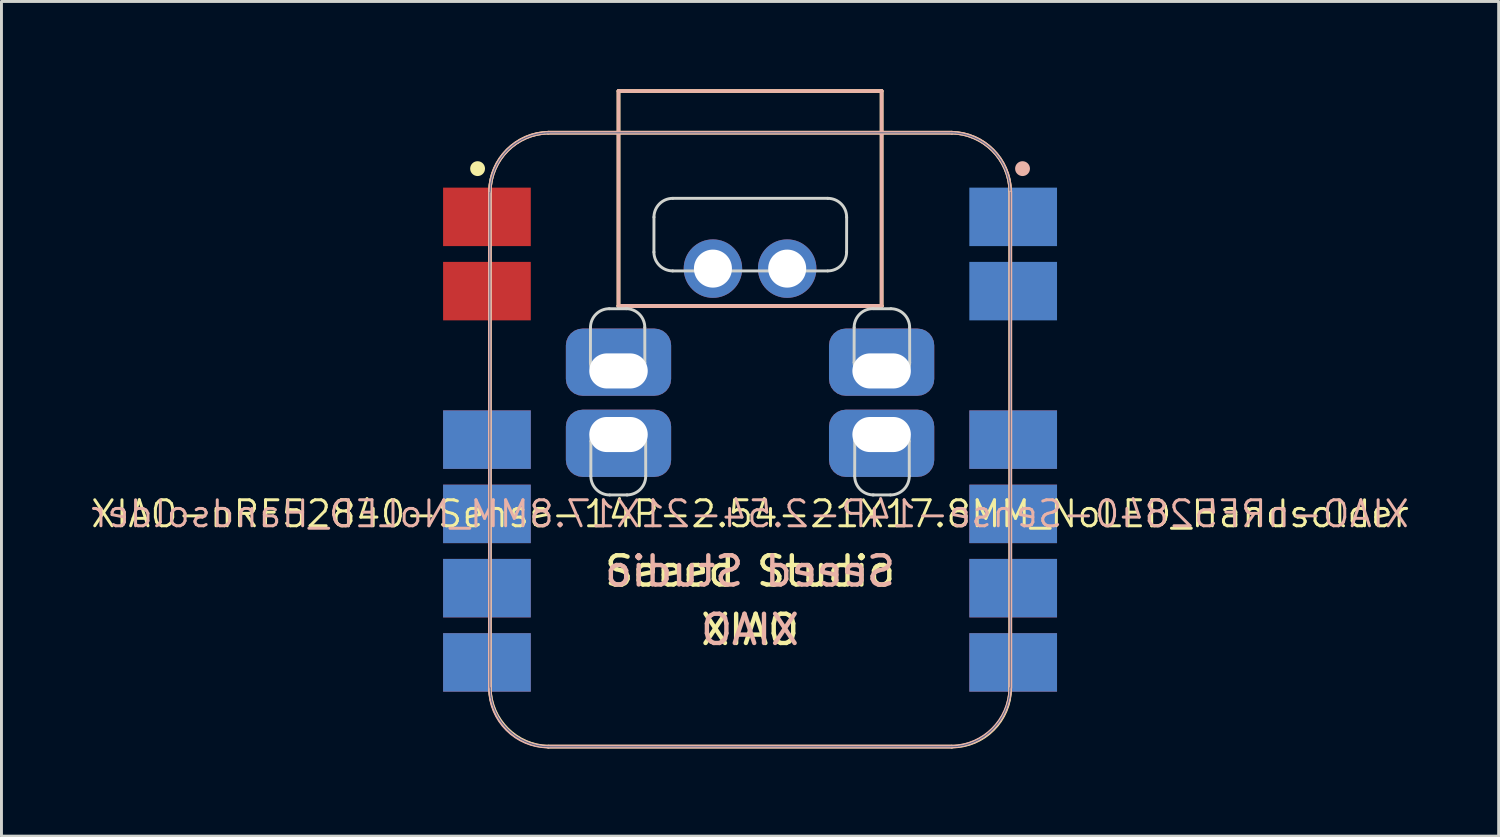
<source format=kicad_pcb>
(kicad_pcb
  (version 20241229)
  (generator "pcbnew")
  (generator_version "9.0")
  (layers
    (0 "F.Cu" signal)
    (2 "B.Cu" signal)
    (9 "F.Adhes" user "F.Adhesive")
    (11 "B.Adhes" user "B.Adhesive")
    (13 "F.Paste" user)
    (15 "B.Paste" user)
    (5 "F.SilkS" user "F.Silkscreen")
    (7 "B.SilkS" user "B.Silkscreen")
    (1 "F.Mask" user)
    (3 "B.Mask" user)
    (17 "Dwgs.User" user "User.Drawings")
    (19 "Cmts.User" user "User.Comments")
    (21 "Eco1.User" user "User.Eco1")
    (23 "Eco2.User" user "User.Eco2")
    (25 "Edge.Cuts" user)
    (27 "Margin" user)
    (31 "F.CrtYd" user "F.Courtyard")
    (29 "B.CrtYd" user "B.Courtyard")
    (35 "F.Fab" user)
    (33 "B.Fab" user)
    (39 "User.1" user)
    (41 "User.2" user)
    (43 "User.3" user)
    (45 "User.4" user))
  (footprint "XIAO-nRF52840-Sense-14P-2.54-21X17.8MM_NoLED_Handsolder"
    (layer "F.Cu")
    (at 22.606 11.988)
    (property "Reference" "XIAO-nRF52840-Sense-14P-2.54-21X17.8MM_NoLED_Handsolder" (at 0 2.54 0) (layer "F.SilkS") (effects (font (size 0.889 0.889) (thickness 0.102))))
    (attr smd)
    (fp_line (start -8.9 -8.5) (end -8.9 8.5) (stroke (width 0.127) (type solid)) (layer "F.SilkS"))
    (fp_line (start -6.9 10.5) (end 6.9 10.5) (stroke (width 0.127) (type solid)) (layer "F.SilkS"))
    (fp_line (start -4.5 -11.924) (end 4.5 -11.924) (stroke (width 0.127) (type solid)) (layer "F.SilkS"))
    (fp_line (start -4.5 -4.571) (end -4.5 -11.924) (stroke (width 0.127) (type solid)) (layer "F.SilkS"))
    (fp_line (start 4.5 -11.924) (end 4.5 -4.571) (stroke (width 0.127) (type solid)) (layer "F.SilkS"))
    (fp_line (start 4.5 -4.571) (end -4.5 -4.571) (stroke (width 0.127) (type solid)) (layer "F.SilkS"))
    (fp_line (start 4.5 -4.571) (end -4.5 -4.571) (stroke (width 0.127) (type solid)) (layer "F.SilkS"))
    (fp_line (start 6.9 -10.499) (end -6.9 -10.499) (stroke (width 0.127) (type solid)) (layer "F.SilkS"))
    (fp_line (start 8.9 8.5) (end 8.9 -8.5) (stroke (width 0.127) (type solid)) (layer "F.SilkS"))
    (fp_arc (start -8.9 -8.5) (mid -8.301491 -9.901491) (end -6.9 -10.5) (stroke (width 0.12) (type solid)) (layer "F.SilkS"))
    (fp_arc (start -6.9 10.5) (mid -8.301423 9.901423) (end -8.9 8.5) (stroke (width 0.12) (type solid)) (layer "F.SilkS"))
    (fp_arc (start 6.9 -10.5) (mid 8.301491 -9.901491) (end 8.9 -8.5) (stroke (width 0.12) (type solid)) (layer "F.SilkS"))
    (fp_arc (start 8.9 8.5) (mid 8.314214 9.914214) (end 6.9 10.5) (stroke (width 0.12) (type solid)) (layer "F.SilkS"))
    (fp_circle (center -9.32 -9.27) (end -9.32 -9.524) (stroke (width 0) (type solid)) (fill yes) (layer "F.SilkS"))
    (fp_poly (pts (xy -8.888 -8.562) (xy -8.885 -8.61) (xy -8.881 -8.659)) (stroke (width 0.025) (type solid)) (fill no) (layer "F.SilkS"))
    (fp_poly (pts (xy 8.889 8.522) (xy 8.888 8.571) (xy 8.885 8.62) (xy 8.881 8.669) (xy 8.875 8.717) (xy 8.869 8.766) (xy 8.861 8.815) (xy 8.852 8.863) (xy 8.842 8.911)) (stroke (width 0.025) (type solid)) (fill no) (layer "F.SilkS"))
    (fp_line (start -8.9 8.5) (end -8.9 -8.5) (stroke (width 0.127) (type solid)) (layer "B.SilkS"))
    (fp_line (start -6.9 -10.499) (end 6.9 -10.499) (stroke (width 0.127) (type solid)) (layer "B.SilkS"))
    (fp_line (start -4.5 -11.924) (end -4.5 -4.571) (stroke (width 0.127) (type solid)) (layer "B.SilkS"))
    (fp_line (start -4.5 -4.571) (end 4.5 -4.571) (stroke (width 0.127) (type solid)) (layer "B.SilkS"))
    (fp_line (start -4.5 -4.571) (end 4.5 -4.571) (stroke (width 0.127) (type solid)) (layer "B.SilkS"))
    (fp_line (start 4.5 -11.924) (end -4.5 -11.924) (stroke (width 0.127) (type solid)) (layer "B.SilkS"))
    (fp_line (start 4.5 -4.571) (end 4.5 -11.924) (stroke (width 0.127) (type solid)) (layer "B.SilkS"))
    (fp_line (start 6.9 10.5) (end -6.9 10.5) (stroke (width 0.127) (type solid)) (layer "B.SilkS"))
    (fp_line (start 8.9 -8.5) (end 8.9 8.5) (stroke (width 0.127) (type solid)) (layer "B.SilkS"))
    (fp_arc (start -8.9 -8.5) (mid -8.301492 -9.901492) (end -6.9 -10.5) (stroke (width 0.12) (type solid)) (layer "B.SilkS"))
    (fp_arc (start -6.9 10.5) (mid -8.314214 9.914214) (end -8.9 8.5) (stroke (width 0.12) (type solid)) (layer "B.SilkS"))
    (fp_arc (start 6.9 -10.5) (mid 8.301491 -9.901491) (end 8.9 -8.5) (stroke (width 0.12) (type solid)) (layer "B.SilkS"))
    (fp_arc (start 8.9 8.5) (mid 8.301423 9.901423) (end 6.9 10.5) (stroke (width 0.12) (type solid)) (layer "B.SilkS"))
    (fp_circle (center 9.32 -9.27) (end 9.32 -9.524) (stroke (width 0) (type solid)) (fill yes) (layer "B.SilkS"))
    (fp_poly (pts (xy 8.888 -8.562) (xy 8.885 -8.61) (xy 8.881 -8.659)) (stroke (width 0.025) (type solid)) (fill no) (layer "B.SilkS"))
    (fp_poly (pts (xy -8.889 8.522) (xy -8.888 8.571) (xy -8.885 8.62) (xy -8.881 8.669) (xy -8.875 8.717) (xy -8.869 8.766) (xy -8.861 8.815) (xy -8.852 8.863) (xy -8.842 8.911)) (stroke (width 0.025) (type solid)) (fill no) (layer "B.SilkS"))
    (fp_line (start -5.458 -3.835) (end -5.46 -2.64) (stroke (width 0.1) (type default)) (layer "Edge.Cuts"))
    (fp_line (start -5.445 0.054) (end -5.446 1.248) (stroke (width 0.1) (type default)) (layer "Edge.Cuts"))
    (fp_line (start -4.816 -1.996) (end -4.214 -1.996) (stroke (width 0.1) (type default)) (layer "Edge.Cuts"))
    (fp_line (start -4.815 -4.478) (end -4.213 -4.478) (stroke (width 0.1) (type default)) (layer "Edge.Cuts"))
    (fp_line (start -4.803 1.892) (end -4.2 1.892) (stroke (width 0.1) (type default)) (layer "Edge.Cuts"))
    (fp_line (start -4.801 -0.59) (end -4.199 -0.59) (stroke (width 0.1) (type default)) (layer "Edge.Cuts"))
    (fp_line (start -3.601 -3.837) (end -3.599 -2.643) (stroke (width 0.1) (type default)) (layer "Edge.Cuts"))
    (fp_line (start -3.571 0.053) (end -3.569 1.247) (stroke (width 0.1) (type default)) (layer "Edge.Cuts"))
    (fp_line (start -3.287 -7.61) (end -3.288 -6.415) (stroke (width 0.1) (type default)) (layer "Edge.Cuts"))
    (fp_line (start -2.652 -5.77) (end 2.652 -5.77) (stroke (width 0.1) (type default)) (layer "Edge.Cuts"))
    (fp_line (start -2.643 -8.254) (end 2.66 -8.254) (stroke (width 0.1) (type default)) (layer "Edge.Cuts"))
    (fp_line (start 3.302 -6.415) (end 3.304 -7.61) (stroke (width 0.1) (type default)) (layer "Edge.Cuts"))
    (fp_line (start 3.561 -3.837) (end 3.559 -2.643) (stroke (width 0.1) (type default)) (layer "Edge.Cuts"))
    (fp_line (start 3.581 0.053) (end 3.579 1.247) (stroke (width 0.1) (type default)) (layer "Edge.Cuts"))
    (fp_line (start 4.801 -0.59) (end 4.199 -0.59) (stroke (width 0.1) (type default)) (layer "Edge.Cuts"))
    (fp_line (start 4.803 1.892) (end 4.2 1.892) (stroke (width 0.1) (type default)) (layer "Edge.Cuts"))
    (fp_line (start 4.815 -4.478) (end 4.213 -4.478) (stroke (width 0.1) (type default)) (layer "Edge.Cuts"))
    (fp_line (start 4.816 -1.996) (end 4.214 -1.996) (stroke (width 0.1) (type default)) (layer "Edge.Cuts"))
    (fp_line (start 5.445 0.054) (end 5.446 1.248) (stroke (width 0.1) (type default)) (layer "Edge.Cuts"))
    (fp_line (start 5.458 -3.835) (end 5.46 -2.64) (stroke (width 0.1) (type default)) (layer "Edge.Cuts"))
    (fp_arc (start -5.458479 -3.834973) (mid -5.270001 -4.290001) (end -4.814973 -4.478479) (stroke (width 0.1) (type default)) (layer "Edge.Cuts"))
    (fp_arc (start -5.44462 0.053506) (mid -5.256142 -0.401522) (end -4.801114 -0.59) (stroke (width 0.1) (type default)) (layer "Edge.Cuts"))
    (fp_arc (start -4.816494 -1.996494) (mid -5.271522 -2.184972) (end -5.46 -2.64) (stroke (width 0.1) (type default)) (layer "Edge.Cuts"))
    (fp_arc (start -4.802635 1.891985) (mid -5.257663 1.703507) (end -5.446141 1.248479) (stroke (width 0.1) (type default)) (layer "Edge.Cuts"))
    (fp_arc (start -4.244267 -4.480992) (mid -3.789239 -4.292514) (end -3.600761 -3.837486) (stroke (width 0.1) (type default)) (layer "Edge.Cuts"))
    (fp_arc (start -4.214267 -0.590992) (mid -3.759239 -0.402514) (end -3.570761 0.052514) (stroke (width 0.1) (type default)) (layer "Edge.Cuts"))
    (fp_arc (start -3.59924 -2.642513) (mid -3.787718 -2.187485) (end -4.242746 -1.999007) (stroke (width 0.1) (type default)) (layer "Edge.Cuts"))
    (fp_arc (start -3.56924 1.247487) (mid -3.757718 1.702515) (end -4.212746 1.890993) (stroke (width 0.1) (type default)) (layer "Edge.Cuts"))
    (fp_arc (start -3.286957 -7.610001) (mid -3.098479 -8.065029) (end -2.643451 -8.253507) (stroke (width 0.1) (type default)) (layer "Edge.Cuts"))
    (fp_arc (start -2.644972 -5.771522) (mid -3.1 -5.96) (end -3.288478 -6.415028) (stroke (width 0.1) (type default)) (layer "Edge.Cuts"))
    (fp_arc (start 2.659999 -8.253507) (mid 3.115027 -8.065029) (end 3.303505 -7.610001) (stroke (width 0.1) (type default)) (layer "Edge.Cuts"))
    (fp_arc (start 3.301984 -6.415028) (mid 3.113504 -5.960002) (end 2.658478 -5.771522) (stroke (width 0.1) (type default)) (layer "Edge.Cuts"))
    (fp_arc (start 3.560761 -3.837486) (mid 3.749239 -4.292514) (end 4.204267 -4.480992) (stroke (width 0.1) (type default)) (layer "Edge.Cuts"))
    (fp_arc (start 3.58076 0.052513) (mid 3.769238 -0.402515) (end 4.224266 -0.590993) (stroke (width 0.1) (type default)) (layer "Edge.Cuts"))
    (fp_arc (start 4.202746 -1.999007) (mid 3.747718 -2.187485) (end 3.55924 -2.642513) (stroke (width 0.1) (type default)) (layer "Edge.Cuts"))
    (fp_arc (start 4.222745 1.890992) (mid 3.767717 1.702514) (end 3.579239 1.247486) (stroke (width 0.1) (type default)) (layer "Edge.Cuts"))
    (fp_arc (start 4.801114 -0.59) (mid 5.256142 -0.401522) (end 5.44462 0.053506) (stroke (width 0.1) (type default)) (layer "Edge.Cuts"))
    (fp_arc (start 4.814973 -4.478479) (mid 5.270001 -4.290001) (end 5.458479 -3.834973) (stroke (width 0.1) (type default)) (layer "Edge.Cuts"))
    (fp_arc (start 5.446141 1.248479) (mid 5.257663 1.703507) (end 4.802635 1.891985) (stroke (width 0.1) (type default)) (layer "Edge.Cuts"))
    (fp_arc (start 5.46 -2.64) (mid 5.271522 -2.184972) (end 4.816494 -1.996494) (stroke (width 0.1) (type default)) (layer "Edge.Cuts"))
    (fp_line (start -8.9 8.473) (end -8.9 -8.463) (stroke (width 0.025) (type solid)) (layer "B.Fab"))
    (fp_line (start -8.89 -8.463) (end -8.889 -8.512) (stroke (width 0.025) (type solid)) (layer "B.Fab"))
    (fp_line (start -8.889 -8.512) (end -8.888 -8.562) (stroke (width 0.025) (type solid)) (layer "B.Fab"))
    (fp_line (start -8.889 8.522) (end -8.89 8.473) (stroke (width 0.025) (type solid)) (layer "B.Fab"))
    (fp_line (start -8.888 -8.562) (end -8.885 -8.61) (stroke (width 0.025) (type solid)) (layer "B.Fab"))
    (fp_line (start -8.888 8.571) (end -8.889 8.522) (stroke (width 0.025) (type solid)) (layer "B.Fab"))
    (fp_line (start -8.885 -8.61) (end -8.881 -8.659) (stroke (width 0.025) (type solid)) (layer "B.Fab"))
    (fp_line (start -8.885 8.62) (end -8.888 8.571) (stroke (width 0.025) (type solid)) (layer "B.Fab"))
    (fp_line (start -8.881 -8.659) (end -8.875 -8.708) (stroke (width 0.025) (type solid)) (layer "B.Fab"))
    (fp_line (start -8.881 8.669) (end -8.885 8.62) (stroke (width 0.025) (type solid)) (layer "B.Fab"))
    (fp_line (start -8.875 -8.708) (end -8.869 -8.757) (stroke (width 0.025) (type solid)) (layer "B.Fab"))
    (fp_line (start -8.875 8.717) (end -8.881 8.669) (stroke (width 0.025) (type solid)) (layer "B.Fab"))
    (fp_line (start -8.869 -8.757) (end -8.861 -8.806) (stroke (width 0.025) (type solid)) (layer "B.Fab"))
    (fp_line (start -8.869 8.766) (end -8.875 8.717) (stroke (width 0.025) (type solid)) (layer "B.Fab"))
    (fp_line (start -8.861 -8.806) (end -8.852 -8.854) (stroke (width 0.025) (type solid)) (layer "B.Fab"))
    (fp_line (start -8.861 8.815) (end -8.869 8.766) (stroke (width 0.025) (type solid)) (layer "B.Fab"))
    (fp_line (start -8.852 -8.854) (end -8.842 -8.902) (stroke (width 0.025) (type solid)) (layer "B.Fab"))
    (fp_line (start -8.852 8.863) (end -8.861 8.815) (stroke (width 0.025) (type solid)) (layer "B.Fab"))
    (fp_line (start -8.842 -8.902) (end -8.831 -8.95) (stroke (width 0.025) (type solid)) (layer "B.Fab"))
    (fp_line (start -8.842 8.911) (end -8.852 8.863) (stroke (width 0.025) (type solid)) (layer "B.Fab"))
    (fp_line (start -8.831 -8.95) (end -8.819 -8.997) (stroke (width 0.025) (type solid)) (layer "B.Fab"))
    (fp_line (start -8.831 8.959) (end -8.842 8.911) (stroke (width 0.025) (type solid)) (layer "B.Fab"))
    (fp_line (start -8.819 -8.997) (end -8.805 -9.045) (stroke (width 0.025) (type solid)) (layer "B.Fab"))
    (fp_line (start -8.819 9.006) (end -8.831 8.959) (stroke (width 0.025) (type solid)) (layer "B.Fab"))
    (fp_line (start -8.805 -9.045) (end -8.79 -9.091) (stroke (width 0.025) (type solid)) (layer "B.Fab"))
    (fp_line (start -8.805 9.054) (end -8.819 9.006) (stroke (width 0.025) (type solid)) (layer "B.Fab"))
    (fp_line (start -8.79 -9.091) (end -8.775 -9.138) (stroke (width 0.025) (type solid)) (layer "B.Fab"))
    (fp_line (start -8.79 9.1) (end -8.805 9.054) (stroke (width 0.025) (type solid)) (layer "B.Fab"))
    (fp_line (start -8.775 -9.138) (end -8.758 -9.184) (stroke (width 0.025) (type solid)) (layer "B.Fab"))
    (fp_line (start -8.775 9.147) (end -8.79 9.1) (stroke (width 0.025) (type solid)) (layer "B.Fab"))
    (fp_line (start -8.758 -9.184) (end -8.74 -9.23) (stroke (width 0.025) (type solid)) (layer "B.Fab"))
    (fp_line (start -8.758 9.193) (end -8.775 9.147) (stroke (width 0.025) (type solid)) (layer "B.Fab"))
    (fp_line (start -8.74 -9.23) (end -8.721 -9.275) (stroke (width 0.025) (type solid)) (layer "B.Fab"))
    (fp_line (start -8.74 9.239) (end -8.758 9.193) (stroke (width 0.025) (type solid)) (layer "B.Fab"))
    (fp_line (start -8.721 -9.275) (end -8.701 -9.32) (stroke (width 0.025) (type solid)) (layer "B.Fab"))
    (fp_line (start -8.721 9.284) (end -8.74 9.239) (stroke (width 0.025) (type solid)) (layer "B.Fab"))
    (fp_line (start -8.701 -9.32) (end -8.679 -9.364) (stroke (width 0.025) (type solid)) (layer "B.Fab"))
    (fp_line (start -8.701 9.329) (end -8.721 9.284) (stroke (width 0.025) (type solid)) (layer "B.Fab"))
    (fp_line (start -8.679 -9.364) (end -8.657 -9.408) (stroke (width 0.025) (type solid)) (layer "B.Fab"))
    (fp_line (start -8.679 9.373) (end -8.701 9.329) (stroke (width 0.025) (type solid)) (layer "B.Fab"))
    (fp_line (start -8.657 -9.408) (end -8.634 -9.451) (stroke (width 0.025) (type solid)) (layer "B.Fab"))
    (fp_line (start -8.657 9.417) (end -8.679 9.373) (stroke (width 0.025) (type solid)) (layer "B.Fab"))
    (fp_line (start -8.634 -9.451) (end -8.61 -9.494) (stroke (width 0.025) (type solid)) (layer "B.Fab"))
    (fp_line (start -8.634 9.46) (end -8.657 9.417) (stroke (width 0.025) (type solid)) (layer "B.Fab"))
    (fp_line (start -8.61 -9.494) (end -8.584 -9.536) (stroke (width 0.025) (type solid)) (layer "B.Fab"))
    (fp_line (start -8.61 9.503) (end -8.634 9.46) (stroke (width 0.025) (type solid)) (layer "B.Fab"))
    (fp_line (start -8.584 -9.536) (end -8.558 -9.577) (stroke (width 0.025) (type solid)) (layer "B.Fab"))
    (fp_line (start -8.584 9.545) (end -8.61 9.503) (stroke (width 0.025) (type solid)) (layer "B.Fab"))
    (fp_line (start -8.558 -9.577) (end -8.53 -9.618) (stroke (width 0.025) (type solid)) (layer "B.Fab"))
    (fp_line (start -8.558 9.586) (end -8.584 9.545) (stroke (width 0.025) (type solid)) (layer "B.Fab"))
    (fp_line (start -8.53 -9.618) (end -8.502 -9.658) (stroke (width 0.025) (type solid)) (layer "B.Fab"))
    (fp_line (start -8.53 9.627) (end -8.558 9.586) (stroke (width 0.025) (type solid)) (layer "B.Fab"))
    (fp_line (start -8.502 -9.658) (end -8.473 -9.697) (stroke (width 0.025) (type solid)) (layer "B.Fab"))
    (fp_line (start -8.502 9.667) (end -8.53 9.627) (stroke (width 0.025) (type solid)) (layer "B.Fab"))
    (fp_line (start -8.473 -9.697) (end -8.442 -9.736) (stroke (width 0.025) (type solid)) (layer "B.Fab"))
    (fp_line (start -8.473 9.706) (end -8.502 9.667) (stroke (width 0.025) (type solid)) (layer "B.Fab"))
    (fp_line (start -8.442 -9.736) (end -8.411 -9.774) (stroke (width 0.025) (type solid)) (layer "B.Fab"))
    (fp_line (start -8.442 9.745) (end -8.473 9.706) (stroke (width 0.025) (type solid)) (layer "B.Fab"))
    (fp_line (start -8.411 -9.774) (end -8.379 -9.811) (stroke (width 0.025) (type solid)) (layer "B.Fab"))
    (fp_line (start -8.411 9.783) (end -8.442 9.745) (stroke (width 0.025) (type solid)) (layer "B.Fab"))
    (fp_line (start -8.379 -9.811) (end -8.346 -9.847) (stroke (width 0.025) (type solid)) (layer "B.Fab"))
    (fp_line (start -8.379 9.82) (end -8.411 9.783) (stroke (width 0.025) (type solid)) (layer "B.Fab"))
    (fp_line (start -8.346 -9.847) (end -8.312 -9.883) (stroke (width 0.025) (type solid)) (layer "B.Fab"))
    (fp_line (start -8.346 9.856) (end -8.379 9.82) (stroke (width 0.025) (type solid)) (layer "B.Fab"))
    (fp_line (start -8.312 -9.883) (end -8.277 -9.918) (stroke (width 0.025) (type solid)) (layer "B.Fab"))
    (fp_line (start -8.312 9.892) (end -8.346 9.856) (stroke (width 0.025) (type solid)) (layer "B.Fab"))
    (fp_line (start -8.277 -9.918) (end -8.242 -9.951) (stroke (width 0.025) (type solid)) (layer "B.Fab"))
    (fp_line (start -8.277 9.927) (end -8.312 9.892) (stroke (width 0.025) (type solid)) (layer "B.Fab"))
    (fp_line (start -8.242 -9.951) (end -8.205 -9.984) (stroke (width 0.025) (type solid)) (layer "B.Fab"))
    (fp_line (start -8.242 9.96) (end -8.277 9.927) (stroke (width 0.025) (type solid)) (layer "B.Fab"))
    (fp_line (start -8.205 -9.984) (end -8.168 -10.017) (stroke (width 0.025) (type solid)) (layer "B.Fab"))
    (fp_line (start -8.205 9.994) (end -8.242 9.96) (stroke (width 0.025) (type solid)) (layer "B.Fab"))
    (fp_line (start -8.168 -10.017) (end -8.13 -10.048) (stroke (width 0.025) (type solid)) (layer "B.Fab"))
    (fp_line (start -8.168 10.026) (end -8.205 9.994) (stroke (width 0.025) (type solid)) (layer "B.Fab"))
    (fp_line (start -8.13 -10.048) (end -8.092 -10.078) (stroke (width 0.025) (type solid)) (layer "B.Fab"))
    (fp_line (start -8.13 10.057) (end -8.168 10.026) (stroke (width 0.025) (type solid)) (layer "B.Fab"))
    (fp_line (start -8.092 -10.078) (end -8.052 -10.107) (stroke (width 0.025) (type solid)) (layer "B.Fab"))
    (fp_line (start -8.092 10.087) (end -8.13 10.057) (stroke (width 0.025) (type solid)) (layer "B.Fab"))
    (fp_line (start -8.052 -10.107) (end -8.012 -10.136) (stroke (width 0.025) (type solid)) (layer "B.Fab"))
    (fp_line (start -8.052 10.116) (end -8.092 10.087) (stroke (width 0.025) (type solid)) (layer "B.Fab"))
    (fp_line (start -8.012 -10.136) (end -7.972 -10.163) (stroke (width 0.025) (type solid)) (layer "B.Fab"))
    (fp_line (start -8.012 10.145) (end -8.052 10.116) (stroke (width 0.025) (type solid)) (layer "B.Fab"))
    (fp_line (start -7.972 -10.163) (end -7.93 -10.19) (stroke (width 0.025) (type solid)) (layer "B.Fab"))
    (fp_line (start -7.972 10.172) (end -8.012 10.145) (stroke (width 0.025) (type solid)) (layer "B.Fab"))
    (fp_line (start -7.93 -10.19) (end -7.888 -10.215) (stroke (width 0.025) (type solid)) (layer "B.Fab"))
    (fp_line (start -7.93 10.199) (end -7.972 10.172) (stroke (width 0.025) (type solid)) (layer "B.Fab"))
    (fp_line (start -7.888 -10.215) (end -7.846 -10.239) (stroke (width 0.025) (type solid)) (layer "B.Fab"))
    (fp_line (start -7.888 10.224) (end -7.93 10.199) (stroke (width 0.025) (type solid)) (layer "B.Fab"))
    (fp_line (start -7.846 -10.239) (end -7.802 -10.263) (stroke (width 0.025) (type solid)) (layer "B.Fab"))
    (fp_line (start -7.846 10.249) (end -7.888 10.224) (stroke (width 0.025) (type solid)) (layer "B.Fab"))
    (fp_line (start -7.802 -10.263) (end -7.759 -10.285) (stroke (width 0.025) (type solid)) (layer "B.Fab"))
    (fp_line (start -7.802 10.272) (end -7.846 10.249) (stroke (width 0.025) (type solid)) (layer "B.Fab"))
    (fp_line (start -7.759 -10.285) (end -7.714 -10.306) (stroke (width 0.025) (type solid)) (layer "B.Fab"))
    (fp_line (start -7.759 10.294) (end -7.802 10.272) (stroke (width 0.025) (type solid)) (layer "B.Fab"))
    (fp_line (start -7.714 -10.306) (end -7.67 -10.326) (stroke (width 0.025) (type solid)) (layer "B.Fab"))
    (fp_line (start -7.714 10.315) (end -7.759 10.294) (stroke (width 0.025) (type solid)) (layer "B.Fab"))
    (fp_line (start -7.67 -10.326) (end -7.624 -10.345) (stroke (width 0.025) (type solid)) (layer "B.Fab"))
    (fp_line (start -7.67 10.335) (end -7.714 10.315) (stroke (width 0.025) (type solid)) (layer "B.Fab"))
    (fp_line (start -7.624 -10.345) (end -7.579 -10.363) (stroke (width 0.025) (type solid)) (layer "B.Fab"))
    (fp_line (start -7.624 10.354) (end -7.67 10.335) (stroke (width 0.025) (type solid)) (layer "B.Fab"))
    (fp_line (start -7.579 -10.363) (end -7.532 -10.38) (stroke (width 0.025) (type solid)) (layer "B.Fab"))
    (fp_line (start -7.579 10.372) (end -7.624 10.354) (stroke (width 0.025) (type solid)) (layer "B.Fab"))
    (fp_line (start -7.532 -10.38) (end -7.486 -10.396) (stroke (width 0.025) (type solid)) (layer "B.Fab"))
    (fp_line (start -7.532 10.389) (end -7.579 10.372) (stroke (width 0.025) (type solid)) (layer "B.Fab"))
    (fp_line (start -7.486 -10.396) (end -7.439 -10.411) (stroke (width 0.025) (type solid)) (layer "B.Fab"))
    (fp_line (start -7.486 10.405) (end -7.532 10.389) (stroke (width 0.025) (type solid)) (layer "B.Fab"))
    (fp_line (start -7.439 -10.411) (end -7.392 -10.424) (stroke (width 0.025) (type solid)) (layer "B.Fab"))
    (fp_line (start -7.439 10.42) (end -7.486 10.405) (stroke (width 0.025) (type solid)) (layer "B.Fab"))
    (fp_line (start -7.392 -10.424) (end -7.344 -10.436) (stroke (width 0.025) (type solid)) (layer "B.Fab"))
    (fp_line (start -7.392 10.433) (end -7.439 10.42) (stroke (width 0.025) (type solid)) (layer "B.Fab"))
    (fp_line (start -7.344 -10.436) (end -7.296 -10.448) (stroke (width 0.025) (type solid)) (layer "B.Fab"))
    (fp_line (start -7.344 10.446) (end -7.392 10.433) (stroke (width 0.025) (type solid)) (layer "B.Fab"))
    (fp_line (start -7.296 -10.448) (end -7.248 -10.458) (stroke (width 0.025) (type solid)) (layer "B.Fab"))
    (fp_line (start -7.296 10.457) (end -7.344 10.446) (stroke (width 0.025) (type solid)) (layer "B.Fab"))
    (fp_line (start -7.248 -10.458) (end -7.2 -10.466) (stroke (width 0.025) (type solid)) (layer "B.Fab"))
    (fp_line (start -7.248 10.467) (end -7.296 10.457) (stroke (width 0.025) (type solid)) (layer "B.Fab"))
    (fp_line (start -7.2 -10.466) (end -7.152 -10.474) (stroke (width 0.025) (type solid)) (layer "B.Fab"))
    (fp_line (start -7.2 10.476) (end -7.248 10.467) (stroke (width 0.025) (type solid)) (layer "B.Fab"))
    (fp_line (start -7.152 -10.474) (end -7.103 -10.481) (stroke (width 0.025) (type solid)) (layer "B.Fab"))
    (fp_line (start -7.152 10.483) (end -7.2 10.476) (stroke (width 0.025) (type solid)) (layer "B.Fab"))
    (fp_line (start -7.103 -10.481) (end -7.054 -10.486) (stroke (width 0.025) (type solid)) (layer "B.Fab"))
    (fp_line (start -7.103 10.49) (end -7.152 10.483) (stroke (width 0.025) (type solid)) (layer "B.Fab"))
    (fp_line (start -7.054 -10.486) (end -7.005 -10.49) (stroke (width 0.025) (type solid)) (layer "B.Fab"))
    (fp_line (start -7.054 10.495) (end -7.103 10.49) (stroke (width 0.025) (type solid)) (layer "B.Fab"))
    (fp_line (start -7.005 -10.49) (end -6.956 -10.493) (stroke (width 0.025) (type solid)) (layer "B.Fab"))
    (fp_line (start -7.005 10.499) (end -7.054 10.495) (stroke (width 0.025) (type solid)) (layer "B.Fab"))
    (fp_line (start -6.956 -10.493) (end -6.907 -10.495) (stroke (width 0.025) (type solid)) (layer "B.Fab"))
    (fp_line (start -6.956 10.502) (end -7.005 10.499) (stroke (width 0.025) (type solid)) (layer "B.Fab"))
    (fp_line (start -6.907 -10.495) (end -6.858 -10.495) (stroke (width 0.025) (type solid)) (layer "B.Fab"))
    (fp_line (start -6.907 10.504) (end -6.956 10.502) (stroke (width 0.025) (type solid)) (layer "B.Fab"))
    (fp_line (start -6.858 -10.495) (end 6.858 -10.495) (stroke (width 0.025) (type solid)) (layer "B.Fab"))
    (fp_line (start -6.858 10.505) (end -6.907 10.504) (stroke (width 0.025) (type solid)) (layer "B.Fab"))
    (fp_line (start 6.858 -10.495) (end 6.907 -10.495) (stroke (width 0.025) (type solid)) (layer "B.Fab"))
    (fp_line (start 6.858 10.505) (end -6.858 10.505) (stroke (width 0.025) (type solid)) (layer "B.Fab"))
    (fp_line (start 6.907 -10.495) (end 6.956 -10.493) (stroke (width 0.025) (type solid)) (layer "B.Fab"))
    (fp_line (start 6.907 10.504) (end 6.858 10.505) (stroke (width 0.025) (type solid)) (layer "B.Fab"))
    (fp_line (start 6.956 -10.493) (end 7.005 -10.49) (stroke (width 0.025) (type solid)) (layer "B.Fab"))
    (fp_line (start 6.956 10.502) (end 6.907 10.504) (stroke (width 0.025) (type solid)) (layer "B.Fab"))
    (fp_line (start 7.005 -10.49) (end 7.054 -10.486) (stroke (width 0.025) (type solid)) (layer "B.Fab"))
    (fp_line (start 7.005 10.499) (end 6.956 10.502) (stroke (width 0.025) (type solid)) (layer "B.Fab"))
    (fp_line (start 7.054 -10.486) (end 7.103 -10.481) (stroke (width 0.025) (type solid)) (layer "B.Fab"))
    (fp_line (start 7.054 10.495) (end 7.005 10.499) (stroke (width 0.025) (type solid)) (layer "B.Fab"))
    (fp_line (start 7.103 -10.481) (end 7.152 -10.474) (stroke (width 0.025) (type solid)) (layer "B.Fab"))
    (fp_line (start 7.103 10.49) (end 7.054 10.495) (stroke (width 0.025) (type solid)) (layer "B.Fab"))
    (fp_line (start 7.152 -10.474) (end 7.2 -10.466) (stroke (width 0.025) (type solid)) (layer "B.Fab"))
    (fp_line (start 7.152 10.483) (end 7.103 10.49) (stroke (width 0.025) (type solid)) (layer "B.Fab"))
    (fp_line (start 7.2 -10.466) (end 7.248 -10.458) (stroke (width 0.025) (type solid)) (layer "B.Fab"))
    (fp_line (start 7.2 10.476) (end 7.152 10.483) (stroke (width 0.025) (type solid)) (layer "B.Fab"))
    (fp_line (start 7.248 -10.458) (end 7.296 -10.448) (stroke (width 0.025) (type solid)) (layer "B.Fab"))
    (fp_line (start 7.248 10.467) (end 7.2 10.476) (stroke (width 0.025) (type solid)) (layer "B.Fab"))
    (fp_line (start 7.296 -10.448) (end 7.344 -10.436) (stroke (width 0.025) (type solid)) (layer "B.Fab"))
    (fp_line (start 7.296 10.457) (end 7.248 10.467) (stroke (width 0.025) (type solid)) (layer "B.Fab"))
    (fp_line (start 7.344 -10.436) (end 7.392 -10.424) (stroke (width 0.025) (type solid)) (layer "B.Fab"))
    (fp_line (start 7.344 10.446) (end 7.296 10.457) (stroke (width 0.025) (type solid)) (layer "B.Fab"))
    (fp_line (start 7.392 -10.424) (end 7.439 -10.411) (stroke (width 0.025) (type solid)) (layer "B.Fab"))
    (fp_line (start 7.392 10.433) (end 7.344 10.446) (stroke (width 0.025) (type solid)) (layer "B.Fab"))
    (fp_line (start 7.439 -10.411) (end 7.486 -10.396) (stroke (width 0.025) (type solid)) (layer "B.Fab"))
    (fp_line (start 7.439 10.42) (end 7.392 10.433) (stroke (width 0.025) (type solid)) (layer "B.Fab"))
    (fp_line (start 7.486 -10.396) (end 7.532 -10.38) (stroke (width 0.025) (type solid)) (layer "B.Fab"))
    (fp_line (start 7.486 10.405) (end 7.439 10.42) (stroke (width 0.025) (type solid)) (layer "B.Fab"))
    (fp_line (start 7.532 -10.38) (end 7.579 -10.363) (stroke (width 0.025) (type solid)) (layer "B.Fab"))
    (fp_line (start 7.532 10.389) (end 7.486 10.405) (stroke (width 0.025) (type solid)) (layer "B.Fab"))
    (fp_line (start 7.579 -10.363) (end 7.624 -10.345) (stroke (width 0.025) (type solid)) (layer "B.Fab"))
    (fp_line (start 7.579 10.372) (end 7.532 10.389) (stroke (width 0.025) (type solid)) (layer "B.Fab"))
    (fp_line (start 7.624 -10.345) (end 7.67 -10.326) (stroke (width 0.025) (type solid)) (layer "B.Fab"))
    (fp_line (start 7.624 10.354) (end 7.579 10.372) (stroke (width 0.025) (type solid)) (layer "B.Fab"))
    (fp_line (start 7.67 -10.326) (end 7.714 -10.306) (stroke (width 0.025) (type solid)) (layer "B.Fab"))
    (fp_line (start 7.67 10.335) (end 7.624 10.354) (stroke (width 0.025) (type solid)) (layer "B.Fab"))
    (fp_line (start 7.714 -10.306) (end 7.759 -10.285) (stroke (width 0.025) (type solid)) (layer "B.Fab"))
    (fp_line (start 7.714 10.315) (end 7.67 10.335) (stroke (width 0.025) (type solid)) (layer "B.Fab"))
    (fp_line (start 7.759 -10.285) (end 7.802 -10.263) (stroke (width 0.025) (type solid)) (layer "B.Fab"))
    (fp_line (start 7.759 10.294) (end 7.714 10.315) (stroke (width 0.025) (type solid)) (layer "B.Fab"))
    (fp_line (start 7.802 -10.263) (end 7.846 -10.239) (stroke (width 0.025) (type solid)) (layer "B.Fab"))
    (fp_line (start 7.802 10.272) (end 7.759 10.294) (stroke (width 0.025) (type solid)) (layer "B.Fab"))
    (fp_line (start 7.846 -10.239) (end 7.888 -10.215) (stroke (width 0.025) (type solid)) (layer "B.Fab"))
    (fp_line (start 7.846 10.249) (end 7.802 10.272) (stroke (width 0.025) (type solid)) (layer "B.Fab"))
    (fp_line (start 7.888 -10.215) (end 7.93 -10.19) (stroke (width 0.025) (type solid)) (layer "B.Fab"))
    (fp_line (start 7.888 10.224) (end 7.846 10.249) (stroke (width 0.025) (type solid)) (layer "B.Fab"))
    (fp_line (start 7.93 -10.19) (end 7.972 -10.163) (stroke (width 0.025) (type solid)) (layer "B.Fab"))
    (fp_line (start 7.93 10.199) (end 7.888 10.224) (stroke (width 0.025) (type solid)) (layer "B.Fab"))
    (fp_line (start 7.972 -10.163) (end 8.012 -10.136) (stroke (width 0.025) (type solid)) (layer "B.Fab"))
    (fp_line (start 7.972 10.172) (end 7.93 10.199) (stroke (width 0.025) (type solid)) (layer "B.Fab"))
    (fp_line (start 8.012 -10.136) (end 8.052 -10.107) (stroke (width 0.025) (type solid)) (layer "B.Fab"))
    (fp_line (start 8.012 10.145) (end 7.972 10.172) (stroke (width 0.025) (type solid)) (layer "B.Fab"))
    (fp_line (start 8.052 -10.107) (end 8.092 -10.078) (stroke (width 0.025) (type solid)) (layer "B.Fab"))
    (fp_line (start 8.052 10.116) (end 8.012 10.145) (stroke (width 0.025) (type solid)) (layer "B.Fab"))
    (fp_line (start 8.092 -10.078) (end 8.13 -10.048) (stroke (width 0.025) (type solid)) (layer "B.Fab"))
    (fp_line (start 8.092 10.087) (end 8.052 10.116) (stroke (width 0.025) (type solid)) (layer "B.Fab"))
    (fp_line (start 8.13 -10.048) (end 8.168 -10.017) (stroke (width 0.025) (type solid)) (layer "B.Fab"))
    (fp_line (start 8.13 10.057) (end 8.092 10.087) (stroke (width 0.025) (type solid)) (layer "B.Fab"))
    (fp_line (start 8.168 -10.017) (end 8.205 -9.984) (stroke (width 0.025) (type solid)) (layer "B.Fab"))
    (fp_line (start 8.168 10.026) (end 8.13 10.057) (stroke (width 0.025) (type solid)) (layer "B.Fab"))
    (fp_line (start 8.205 -9.984) (end 8.242 -9.951) (stroke (width 0.025) (type solid)) (layer "B.Fab"))
    (fp_line (start 8.205 9.994) (end 8.168 10.026) (stroke (width 0.025) (type solid)) (layer "B.Fab"))
    (fp_line (start 8.242 -9.951) (end 8.277 -9.918) (stroke (width 0.025) (type solid)) (layer "B.Fab"))
    (fp_line (start 8.242 9.96) (end 8.205 9.994) (stroke (width 0.025) (type solid)) (layer "B.Fab"))
    (fp_line (start 8.277 -9.918) (end 8.312 -9.883) (stroke (width 0.025) (type solid)) (layer "B.Fab"))
    (fp_line (start 8.277 9.927) (end 8.242 9.96) (stroke (width 0.025) (type solid)) (layer "B.Fab"))
    (fp_line (start 8.312 -9.883) (end 8.346 -9.847) (stroke (width 0.025) (type solid)) (layer "B.Fab"))
    (fp_line (start 8.312 9.892) (end 8.277 9.927) (stroke (width 0.025) (type solid)) (layer "B.Fab"))
    (fp_line (start 8.346 -9.847) (end 8.379 -9.811) (stroke (width 0.025) (type solid)) (layer "B.Fab"))
    (fp_line (start 8.346 9.856) (end 8.312 9.892) (stroke (width 0.025) (type solid)) (layer "B.Fab"))
    (fp_line (start 8.379 -9.811) (end 8.411 -9.774) (stroke (width 0.025) (type solid)) (layer "B.Fab"))
    (fp_line (start 8.379 9.82) (end 8.346 9.856) (stroke (width 0.025) (type solid)) (layer "B.Fab"))
    (fp_line (start 8.411 -9.774) (end 8.442 -9.736) (stroke (width 0.025) (type solid)) (layer "B.Fab"))
    (fp_line (start 8.411 9.783) (end 8.379 9.82) (stroke (width 0.025) (type solid)) (layer "B.Fab"))
    (fp_line (start 8.442 -9.736) (end 8.473 -9.697) (stroke (width 0.025) (type solid)) (layer "B.Fab"))
    (fp_line (start 8.442 9.745) (end 8.411 9.783) (stroke (width 0.025) (type solid)) (layer "B.Fab"))
    (fp_line (start 8.473 -9.697) (end 8.502 -9.658) (stroke (width 0.025) (type solid)) (layer "B.Fab"))
    (fp_line (start 8.473 9.706) (end 8.442 9.745) (stroke (width 0.025) (type solid)) (layer "B.Fab"))
    (fp_line (start 8.502 -9.658) (end 8.53 -9.618) (stroke (width 0.025) (type solid)) (layer "B.Fab"))
    (fp_line (start 8.502 9.667) (end 8.473 9.706) (stroke (width 0.025) (type solid)) (layer "B.Fab"))
    (fp_line (start 8.53 -9.618) (end 8.558 -9.577) (stroke (width 0.025) (type solid)) (layer "B.Fab"))
    (fp_line (start 8.53 9.627) (end 8.502 9.667) (stroke (width 0.025) (type solid)) (layer "B.Fab"))
    (fp_line (start 8.558 -9.577) (end 8.584 -9.536) (stroke (width 0.025) (type solid)) (layer "B.Fab"))
    (fp_line (start 8.558 9.586) (end 8.53 9.627) (stroke (width 0.025) (type solid)) (layer "B.Fab"))
    (fp_line (start 8.584 -9.536) (end 8.61 -9.494) (stroke (width 0.025) (type solid)) (layer "B.Fab"))
    (fp_line (start 8.584 9.545) (end 8.558 9.586) (stroke (width 0.025) (type solid)) (layer "B.Fab"))
    (fp_line (start 8.61 -9.494) (end 8.634 -9.451) (stroke (width 0.025) (type solid)) (layer "B.Fab"))
    (fp_line (start 8.61 9.503) (end 8.584 9.545) (stroke (width 0.025) (type solid)) (layer "B.Fab"))
    (fp_line (start 8.634 -9.451) (end 8.657 -9.408) (stroke (width 0.025) (type solid)) (layer "B.Fab"))
    (fp_line (start 8.634 9.46) (end 8.61 9.503) (stroke (width 0.025) (type solid)) (layer "B.Fab"))
    (fp_line (start 8.657 -9.408) (end 8.679 -9.364) (stroke (width 0.025) (type solid)) (layer "B.Fab"))
    (fp_line (start 8.657 9.417) (end 8.634 9.46) (stroke (width 0.025) (type solid)) (layer "B.Fab"))
    (fp_line (start 8.679 -9.364) (end 8.701 -9.32) (stroke (width 0.025) (type solid)) (layer "B.Fab"))
    (fp_line (start 8.679 9.373) (end 8.657 9.417) (stroke (width 0.025) (type solid)) (layer "B.Fab"))
    (fp_line (start 8.701 -9.32) (end 8.721 -9.275) (stroke (width 0.025) (type solid)) (layer "B.Fab"))
    (fp_line (start 8.701 9.329) (end 8.679 9.373) (stroke (width 0.025) (type solid)) (layer "B.Fab"))
    (fp_line (start 8.721 -9.275) (end 8.74 -9.23) (stroke (width 0.025) (type solid)) (layer "B.Fab"))
    (fp_line (start 8.721 9.284) (end 8.701 9.329) (stroke (width 0.025) (type solid)) (layer "B.Fab"))
    (fp_line (start 8.74 -9.23) (end 8.758 -9.184) (stroke (width 0.025) (type solid)) (layer "B.Fab"))
    (fp_line (start 8.74 9.239) (end 8.721 9.284) (stroke (width 0.025) (type solid)) (layer "B.Fab"))
    (fp_line (start 8.758 -9.184) (end 8.775 -9.138) (stroke (width 0.025) (type solid)) (layer "B.Fab"))
    (fp_line (start 8.758 9.193) (end 8.74 9.239) (stroke (width 0.025) (type solid)) (layer "B.Fab"))
    (fp_line (start 8.775 -9.138) (end 8.79 -9.091) (stroke (width 0.025) (type solid)) (layer "B.Fab"))
    (fp_line (start 8.775 9.147) (end 8.758 9.193) (stroke (width 0.025) (type solid)) (layer "B.Fab"))
    (fp_line (start 8.79 -9.091) (end 8.805 -9.045) (stroke (width 0.025) (type solid)) (layer "B.Fab"))
    (fp_line (start 8.79 9.1) (end 8.775 9.147) (stroke (width 0.025) (type solid)) (layer "B.Fab"))
    (fp_line (start 8.805 -9.045) (end 8.819 -8.997) (stroke (width 0.025) (type solid)) (layer "B.Fab"))
    (fp_line (start 8.805 9.054) (end 8.79 9.1) (stroke (width 0.025) (type solid)) (layer "B.Fab"))
    (fp_line (start 8.819 -8.997) (end 8.831 -8.95) (stroke (width 0.025) (type solid)) (layer "B.Fab"))
    (fp_line (start 8.819 9.006) (end 8.805 9.054) (stroke (width 0.025) (type solid)) (layer "B.Fab"))
    (fp_line (start 8.831 -8.95) (end 8.842 -8.902) (stroke (width 0.025) (type solid)) (layer "B.Fab"))
    (fp_line (start 8.831 8.959) (end 8.819 9.006) (stroke (width 0.025) (type solid)) (layer "B.Fab"))
    (fp_line (start 8.842 -8.902) (end 8.852 -8.854) (stroke (width 0.025) (type solid)) (layer "B.Fab"))
    (fp_line (start 8.842 8.911) (end 8.831 8.959) (stroke (width 0.025) (type solid)) (layer "B.Fab"))
    (fp_line (start 8.852 -8.854) (end 8.861 -8.806) (stroke (width 0.025) (type solid)) (layer "B.Fab"))
    (fp_line (start 8.852 8.863) (end 8.842 8.911) (stroke (width 0.025) (type solid)) (layer "B.Fab"))
    (fp_line (start 8.861 -8.806) (end 8.869 -8.757) (stroke (width 0.025) (type solid)) (layer "B.Fab"))
    (fp_line (start 8.861 8.815) (end 8.852 8.863) (stroke (width 0.025) (type solid)) (layer "B.Fab"))
    (fp_line (start 8.869 -8.757) (end 8.875 -8.708) (stroke (width 0.025) (type solid)) (layer "B.Fab"))
    (fp_line (start 8.869 8.766) (end 8.861 8.815) (stroke (width 0.025) (type solid)) (layer "B.Fab"))
    (fp_line (start 8.875 -8.708) (end 8.881 -8.659) (stroke (width 0.025) (type solid)) (layer "B.Fab"))
    (fp_line (start 8.875 8.717) (end 8.869 8.766) (stroke (width 0.025) (type solid)) (layer "B.Fab"))
    (fp_line (start 8.881 -8.659) (end 8.885 -8.61) (stroke (width 0.025) (type solid)) (layer "B.Fab"))
    (fp_line (start 8.881 8.669) (end 8.875 8.717) (stroke (width 0.025) (type solid)) (layer "B.Fab"))
    (fp_line (start 8.885 -8.61) (end 8.888 -8.562) (stroke (width 0.025) (type solid)) (layer "B.Fab"))
    (fp_line (start 8.885 8.62) (end 8.881 8.669) (stroke (width 0.025) (type solid)) (layer "B.Fab"))
    (fp_line (start 8.888 -8.562) (end 8.889 -8.512) (stroke (width 0.025) (type solid)) (layer "B.Fab"))
    (fp_line (start 8.888 8.571) (end 8.885 8.62) (stroke (width 0.025) (type solid)) (layer "B.Fab"))
    (fp_line (start 8.889 8.522) (end 8.888 8.571) (stroke (width 0.025) (type solid)) (layer "B.Fab"))
    (fp_line (start 8.89 8.473) (end 8.889 8.522) (stroke (width 0.025) (type solid)) (layer "B.Fab"))
    (fp_line (start 8.9 -8.463) (end 8.9 8.473) (stroke (width 0.025) (type solid)) (layer "B.Fab"))
    (fp_line (start -8.9 -8.463) (end -8.9 8.473) (stroke (width 0.025) (type solid)) (layer "F.Fab"))
    (fp_line (start -8.89 8.473) (end -8.889 8.522) (stroke (width 0.025) (type solid)) (layer "F.Fab"))
    (fp_line (start -8.889 8.522) (end -8.888 8.571) (stroke (width 0.025) (type solid)) (layer "F.Fab"))
    (fp_line (start -8.888 -8.562) (end -8.889 -8.512) (stroke (width 0.025) (type solid)) (layer "F.Fab"))
    (fp_line (start -8.888 8.571) (end -8.885 8.62) (stroke (width 0.025) (type solid)) (layer "F.Fab"))
    (fp_line (start -8.885 -8.61) (end -8.888 -8.562) (stroke (width 0.025) (type solid)) (layer "F.Fab"))
    (fp_line (start -8.885 8.62) (end -8.881 8.669) (stroke (width 0.025) (type solid)) (layer "F.Fab"))
    (fp_line (start -8.881 -8.659) (end -8.885 -8.61) (stroke (width 0.025) (type solid)) (layer "F.Fab"))
    (fp_line (start -8.881 8.669) (end -8.875 8.717) (stroke (width 0.025) (type solid)) (layer "F.Fab"))
    (fp_line (start -8.875 -8.708) (end -8.881 -8.659) (stroke (width 0.025) (type solid)) (layer "F.Fab"))
    (fp_line (start -8.875 8.717) (end -8.869 8.766) (stroke (width 0.025) (type solid)) (layer "F.Fab"))
    (fp_line (start -8.869 -8.757) (end -8.875 -8.708) (stroke (width 0.025) (type solid)) (layer "F.Fab"))
    (fp_line (start -8.869 8.766) (end -8.861 8.815) (stroke (width 0.025) (type solid)) (layer "F.Fab"))
    (fp_line (start -8.861 -8.806) (end -8.869 -8.757) (stroke (width 0.025) (type solid)) (layer "F.Fab"))
    (fp_line (start -8.861 8.815) (end -8.852 8.863) (stroke (width 0.025) (type solid)) (layer "F.Fab"))
    (fp_line (start -8.852 -8.854) (end -8.861 -8.806) (stroke (width 0.025) (type solid)) (layer "F.Fab"))
    (fp_line (start -8.852 8.863) (end -8.842 8.911) (stroke (width 0.025) (type solid)) (layer "F.Fab"))
    (fp_line (start -8.842 -8.902) (end -8.852 -8.854) (stroke (width 0.025) (type solid)) (layer "F.Fab"))
    (fp_line (start -8.842 8.911) (end -8.831 8.959) (stroke (width 0.025) (type solid)) (layer "F.Fab"))
    (fp_line (start -8.831 -8.95) (end -8.842 -8.902) (stroke (width 0.025) (type solid)) (layer "F.Fab"))
    (fp_line (start -8.831 8.959) (end -8.819 9.006) (stroke (width 0.025) (type solid)) (layer "F.Fab"))
    (fp_line (start -8.819 -8.997) (end -8.831 -8.95) (stroke (width 0.025) (type solid)) (layer "F.Fab"))
    (fp_line (start -8.819 9.006) (end -8.805 9.054) (stroke (width 0.025) (type solid)) (layer "F.Fab"))
    (fp_line (start -8.805 -9.045) (end -8.819 -8.997) (stroke (width 0.025) (type solid)) (layer "F.Fab"))
    (fp_line (start -8.805 9.054) (end -8.79 9.1) (stroke (width 0.025) (type solid)) (layer "F.Fab"))
    (fp_line (start -8.79 -9.091) (end -8.805 -9.045) (stroke (width 0.025) (type solid)) (layer "F.Fab"))
    (fp_line (start -8.79 9.1) (end -8.775 9.147) (stroke (width 0.025) (type solid)) (layer "F.Fab"))
    (fp_line (start -8.775 -9.138) (end -8.79 -9.091) (stroke (width 0.025) (type solid)) (layer "F.Fab"))
    (fp_line (start -8.775 9.147) (end -8.758 9.193) (stroke (width 0.025) (type solid)) (layer "F.Fab"))
    (fp_line (start -8.758 -9.184) (end -8.775 -9.138) (stroke (width 0.025) (type solid)) (layer "F.Fab"))
    (fp_line (start -8.758 9.193) (end -8.74 9.239) (stroke (width 0.025) (type solid)) (layer "F.Fab"))
    (fp_line (start -8.74 -9.23) (end -8.758 -9.184) (stroke (width 0.025) (type solid)) (layer "F.Fab"))
    (fp_line (start -8.74 9.239) (end -8.721 9.284) (stroke (width 0.025) (type solid)) (layer "F.Fab"))
    (fp_line (start -8.721 -9.275) (end -8.74 -9.23) (stroke (width 0.025) (type solid)) (layer "F.Fab"))
    (fp_line (start -8.721 9.284) (end -8.701 9.329) (stroke (width 0.025) (type solid)) (layer "F.Fab"))
    (fp_line (start -8.701 -9.32) (end -8.721 -9.275) (stroke (width 0.025) (type solid)) (layer "F.Fab"))
    (fp_line (start -8.701 9.329) (end -8.679 9.373) (stroke (width 0.025) (type solid)) (layer "F.Fab"))
    (fp_line (start -8.679 -9.364) (end -8.701 -9.32) (stroke (width 0.025) (type solid)) (layer "F.Fab"))
    (fp_line (start -8.679 9.373) (end -8.657 9.417) (stroke (width 0.025) (type solid)) (layer "F.Fab"))
    (fp_line (start -8.657 -9.408) (end -8.679 -9.364) (stroke (width 0.025) (type solid)) (layer "F.Fab"))
    (fp_line (start -8.657 9.417) (end -8.634 9.46) (stroke (width 0.025) (type solid)) (layer "F.Fab"))
    (fp_line (start -8.634 -9.451) (end -8.657 -9.408) (stroke (width 0.025) (type solid)) (layer "F.Fab"))
    (fp_line (start -8.634 9.46) (end -8.61 9.503) (stroke (width 0.025) (type solid)) (layer "F.Fab"))
    (fp_line (start -8.61 -9.494) (end -8.634 -9.451) (stroke (width 0.025) (type solid)) (layer "F.Fab"))
    (fp_line (start -8.61 9.503) (end -8.584 9.545) (stroke (width 0.025) (type solid)) (layer "F.Fab"))
    (fp_line (start -8.584 -9.536) (end -8.61 -9.494) (stroke (width 0.025) (type solid)) (layer "F.Fab"))
    (fp_line (start -8.584 9.545) (end -8.558 9.586) (stroke (width 0.025) (type solid)) (layer "F.Fab"))
    (fp_line (start -8.558 -9.577) (end -8.584 -9.536) (stroke (width 0.025) (type solid)) (layer "F.Fab"))
    (fp_line (start -8.558 9.586) (end -8.53 9.627) (stroke (width 0.025) (type solid)) (layer "F.Fab"))
    (fp_line (start -8.53 -9.618) (end -8.558 -9.577) (stroke (width 0.025) (type solid)) (layer "F.Fab"))
    (fp_line (start -8.53 9.627) (end -8.502 9.667) (stroke (width 0.025) (type solid)) (layer "F.Fab"))
    (fp_line (start -8.502 -9.658) (end -8.53 -9.618) (stroke (width 0.025) (type solid)) (layer "F.Fab"))
    (fp_line (start -8.502 9.667) (end -8.473 9.706) (stroke (width 0.025) (type solid)) (layer "F.Fab"))
    (fp_line (start -8.473 -9.697) (end -8.502 -9.658) (stroke (width 0.025) (type solid)) (layer "F.Fab"))
    (fp_line (start -8.473 9.706) (end -8.442 9.745) (stroke (width 0.025) (type solid)) (layer "F.Fab"))
    (fp_line (start -8.442 -9.736) (end -8.473 -9.697) (stroke (width 0.025) (type solid)) (layer "F.Fab"))
    (fp_line (start -8.442 9.745) (end -8.411 9.783) (stroke (width 0.025) (type solid)) (layer "F.Fab"))
    (fp_line (start -8.411 -9.774) (end -8.442 -9.736) (stroke (width 0.025) (type solid)) (layer "F.Fab"))
    (fp_line (start -8.411 9.783) (end -8.379 9.82) (stroke (width 0.025) (type solid)) (layer "F.Fab"))
    (fp_line (start -8.379 -9.811) (end -8.411 -9.774) (stroke (width 0.025) (type solid)) (layer "F.Fab"))
    (fp_line (start -8.379 9.82) (end -8.346 9.856) (stroke (width 0.025) (type solid)) (layer "F.Fab"))
    (fp_line (start -8.346 -9.847) (end -8.379 -9.811) (stroke (width 0.025) (type solid)) (layer "F.Fab"))
    (fp_line (start -8.346 9.856) (end -8.312 9.892) (stroke (width 0.025) (type solid)) (layer "F.Fab"))
    (fp_line (start -8.312 -9.883) (end -8.346 -9.847) (stroke (width 0.025) (type solid)) (layer "F.Fab"))
    (fp_line (start -8.312 9.892) (end -8.277 9.927) (stroke (width 0.025) (type solid)) (layer "F.Fab"))
    (fp_line (start -8.277 -9.918) (end -8.312 -9.883) (stroke (width 0.025) (type solid)) (layer "F.Fab"))
    (fp_line (start -8.277 9.927) (end -8.242 9.96) (stroke (width 0.025) (type solid)) (layer "F.Fab"))
    (fp_line (start -8.242 -9.951) (end -8.277 -9.918) (stroke (width 0.025) (type solid)) (layer "F.Fab"))
    (fp_line (start -8.242 9.96) (end -8.205 9.994) (stroke (width 0.025) (type solid)) (layer "F.Fab"))
    (fp_line (start -8.205 -9.984) (end -8.242 -9.951) (stroke (width 0.025) (type solid)) (layer "F.Fab"))
    (fp_line (start -8.205 9.994) (end -8.168 10.026) (stroke (width 0.025) (type solid)) (layer "F.Fab"))
    (fp_line (start -8.168 -10.017) (end -8.205 -9.984) (stroke (width 0.025) (type solid)) (layer "F.Fab"))
    (fp_line (start -8.168 10.026) (end -8.13 10.057) (stroke (width 0.025) (type solid)) (layer "F.Fab"))
    (fp_line (start -8.13 -10.048) (end -8.168 -10.017) (stroke (width 0.025) (type solid)) (layer "F.Fab"))
    (fp_line (start -8.13 10.057) (end -8.092 10.087) (stroke (width 0.025) (type solid)) (layer "F.Fab"))
    (fp_line (start -8.092 -10.078) (end -8.13 -10.048) (stroke (width 0.025) (type solid)) (layer "F.Fab"))
    (fp_line (start -8.092 10.087) (end -8.052 10.116) (stroke (width 0.025) (type solid)) (layer "F.Fab"))
    (fp_line (start -8.052 -10.107) (end -8.092 -10.078) (stroke (width 0.025) (type solid)) (layer "F.Fab"))
    (fp_line (start -8.052 10.116) (end -8.012 10.145) (stroke (width 0.025) (type solid)) (layer "F.Fab"))
    (fp_line (start -8.012 -10.136) (end -8.052 -10.107) (stroke (width 0.025) (type solid)) (layer "F.Fab"))
    (fp_line (start -8.012 10.145) (end -7.972 10.172) (stroke (width 0.025) (type solid)) (layer "F.Fab"))
    (fp_line (start -7.972 -10.163) (end -8.012 -10.136) (stroke (width 0.025) (type solid)) (layer "F.Fab"))
    (fp_line (start -7.972 10.172) (end -7.93 10.199) (stroke (width 0.025) (type solid)) (layer "F.Fab"))
    (fp_line (start -7.93 -10.19) (end -7.972 -10.163) (stroke (width 0.025) (type solid)) (layer "F.Fab"))
    (fp_line (start -7.93 10.199) (end -7.888 10.224) (stroke (width 0.025) (type solid)) (layer "F.Fab"))
    (fp_line (start -7.888 -10.215) (end -7.93 -10.19) (stroke (width 0.025) (type solid)) (layer "F.Fab"))
    (fp_line (start -7.888 10.224) (end -7.846 10.249) (stroke (width 0.025) (type solid)) (layer "F.Fab"))
    (fp_line (start -7.846 -10.239) (end -7.888 -10.215) (stroke (width 0.025) (type solid)) (layer "F.Fab"))
    (fp_line (start -7.846 10.249) (end -7.802 10.272) (stroke (width 0.025) (type solid)) (layer "F.Fab"))
    (fp_line (start -7.802 -10.263) (end -7.846 -10.239) (stroke (width 0.025) (type solid)) (layer "F.Fab"))
    (fp_line (start -7.802 10.272) (end -7.759 10.294) (stroke (width 0.025) (type solid)) (layer "F.Fab"))
    (fp_line (start -7.759 -10.285) (end -7.802 -10.263) (stroke (width 0.025) (type solid)) (layer "F.Fab"))
    (fp_line (start -7.759 10.294) (end -7.714 10.315) (stroke (width 0.025) (type solid)) (layer "F.Fab"))
    (fp_line (start -7.714 -10.306) (end -7.759 -10.285) (stroke (width 0.025) (type solid)) (layer "F.Fab"))
    (fp_line (start -7.714 10.315) (end -7.67 10.335) (stroke (width 0.025) (type solid)) (layer "F.Fab"))
    (fp_line (start -7.67 -10.326) (end -7.714 -10.306) (stroke (width 0.025) (type solid)) (layer "F.Fab"))
    (fp_line (start -7.67 10.335) (end -7.624 10.354) (stroke (width 0.025) (type solid)) (layer "F.Fab"))
    (fp_line (start -7.624 -10.345) (end -7.67 -10.326) (stroke (width 0.025) (type solid)) (layer "F.Fab"))
    (fp_line (start -7.624 10.354) (end -7.579 10.372) (stroke (width 0.025) (type solid)) (layer "F.Fab"))
    (fp_line (start -7.579 -10.363) (end -7.624 -10.345) (stroke (width 0.025) (type solid)) (layer "F.Fab"))
    (fp_line (start -7.579 10.372) (end -7.532 10.389) (stroke (width 0.025) (type solid)) (layer "F.Fab"))
    (fp_line (start -7.532 -10.38) (end -7.579 -10.363) (stroke (width 0.025) (type solid)) (layer "F.Fab"))
    (fp_line (start -7.532 10.389) (end -7.486 10.405) (stroke (width 0.025) (type solid)) (layer "F.Fab"))
    (fp_line (start -7.486 -10.396) (end -7.532 -10.38) (stroke (width 0.025) (type solid)) (layer "F.Fab"))
    (fp_line (start -7.486 10.405) (end -7.439 10.42) (stroke (width 0.025) (type solid)) (layer "F.Fab"))
    (fp_line (start -7.439 -10.411) (end -7.486 -10.396) (stroke (width 0.025) (type solid)) (layer "F.Fab"))
    (fp_line (start -7.439 10.42) (end -7.392 10.433) (stroke (width 0.025) (type solid)) (layer "F.Fab"))
    (fp_line (start -7.392 -10.424) (end -7.439 -10.411) (stroke (width 0.025) (type solid)) (layer "F.Fab"))
    (fp_line (start -7.392 10.433) (end -7.344 10.446) (stroke (width 0.025) (type solid)) (layer "F.Fab"))
    (fp_line (start -7.344 -10.436) (end -7.392 -10.424) (stroke (width 0.025) (type solid)) (layer "F.Fab"))
    (fp_line (start -7.344 10.446) (end -7.296 10.457) (stroke (width 0.025) (type solid)) (layer "F.Fab"))
    (fp_line (start -7.296 -10.448) (end -7.344 -10.436) (stroke (width 0.025) (type solid)) (layer "F.Fab"))
    (fp_line (start -7.296 10.457) (end -7.248 10.467) (stroke (width 0.025) (type solid)) (layer "F.Fab"))
    (fp_line (start -7.248 -10.458) (end -7.296 -10.448) (stroke (width 0.025) (type solid)) (layer "F.Fab"))
    (fp_line (start -7.248 10.467) (end -7.2 10.476) (stroke (width 0.025) (type solid)) (layer "F.Fab"))
    (fp_line (start -7.2 -10.466) (end -7.248 -10.458) (stroke (width 0.025) (type solid)) (layer "F.Fab"))
    (fp_line (start -7.2 10.476) (end -7.152 10.483) (stroke (width 0.025) (type solid)) (layer "F.Fab"))
    (fp_line (start -7.152 -10.474) (end -7.2 -10.466) (stroke (width 0.025) (type solid)) (layer "F.Fab"))
    (fp_line (start -7.152 10.483) (end -7.103 10.49) (stroke (width 0.025) (type solid)) (layer "F.Fab"))
    (fp_line (start -7.103 -10.481) (end -7.152 -10.474) (stroke (width 0.025) (type solid)) (layer "F.Fab"))
    (fp_line (start -7.103 10.49) (end -7.054 10.495) (stroke (width 0.025) (type solid)) (layer "F.Fab"))
    (fp_line (start -7.054 -10.486) (end -7.103 -10.481) (stroke (width 0.025) (type solid)) (layer "F.Fab"))
    (fp_line (start -7.054 10.495) (end -7.005 10.499) (stroke (width 0.025) (type solid)) (layer "F.Fab"))
    (fp_line (start -7.005 -10.49) (end -7.054 -10.486) (stroke (width 0.025) (type solid)) (layer "F.Fab"))
    (fp_line (start -7.005 10.499) (end -6.956 10.502) (stroke (width 0.025) (type solid)) (layer "F.Fab"))
    (fp_line (start -6.956 -10.493) (end -7.005 -10.49) (stroke (width 0.025) (type solid)) (layer "F.Fab"))
    (fp_line (start -6.956 10.502) (end -6.907 10.504) (stroke (width 0.025) (type solid)) (layer "F.Fab"))
    (fp_line (start -6.907 -10.495) (end -6.956 -10.493) (stroke (width 0.025) (type solid)) (layer "F.Fab"))
    (fp_line (start -6.907 10.504) (end -6.858 10.505) (stroke (width 0.025) (type solid)) (layer "F.Fab"))
    (fp_line (start -6.858 -10.495) (end -6.907 -10.495) (stroke (width 0.025) (type solid)) (layer "F.Fab"))
    (fp_line (start -6.858 10.505) (end 6.858 10.505) (stroke (width 0.025) (type solid)) (layer "F.Fab"))
    (fp_line (start 6.858 -10.495) (end -6.858 -10.495) (stroke (width 0.025) (type solid)) (layer "F.Fab"))
    (fp_line (start 6.858 10.505) (end 6.907 10.504) (stroke (width 0.025) (type solid)) (layer "F.Fab"))
    (fp_line (start 6.907 -10.495) (end 6.858 -10.495) (stroke (width 0.025) (type solid)) (layer "F.Fab"))
    (fp_line (start 6.907 10.504) (end 6.956 10.502) (stroke (width 0.025) (type solid)) (layer "F.Fab"))
    (fp_line (start 6.956 -10.493) (end 6.907 -10.495) (stroke (width 0.025) (type solid)) (layer "F.Fab"))
    (fp_line (start 6.956 10.502) (end 7.005 10.499) (stroke (width 0.025) (type solid)) (layer "F.Fab"))
    (fp_line (start 7.005 -10.49) (end 6.956 -10.493) (stroke (width 0.025) (type solid)) (layer "F.Fab"))
    (fp_line (start 7.005 10.499) (end 7.054 10.495) (stroke (width 0.025) (type solid)) (layer "F.Fab"))
    (fp_line (start 7.054 -10.486) (end 7.005 -10.49) (stroke (width 0.025) (type solid)) (layer "F.Fab"))
    (fp_line (start 7.054 10.495) (end 7.103 10.49) (stroke (width 0.025) (type solid)) (layer "F.Fab"))
    (fp_line (start 7.103 -10.481) (end 7.054 -10.486) (stroke (width 0.025) (type solid)) (layer "F.Fab"))
    (fp_line (start 7.103 10.49) (end 7.152 10.483) (stroke (width 0.025) (type solid)) (layer "F.Fab"))
    (fp_line (start 7.152 -10.474) (end 7.103 -10.481) (stroke (width 0.025) (type solid)) (layer "F.Fab"))
    (fp_line (start 7.152 10.483) (end 7.2 10.476) (stroke (width 0.025) (type solid)) (layer "F.Fab"))
    (fp_line (start 7.2 -10.466) (end 7.152 -10.474) (stroke (width 0.025) (type solid)) (layer "F.Fab"))
    (fp_line (start 7.2 10.476) (end 7.248 10.467) (stroke (width 0.025) (type solid)) (layer "F.Fab"))
    (fp_line (start 7.248 -10.458) (end 7.2 -10.466) (stroke (width 0.025) (type solid)) (layer "F.Fab"))
    (fp_line (start 7.248 10.467) (end 7.296 10.457) (stroke (width 0.025) (type solid)) (layer "F.Fab"))
    (fp_line (start 7.296 -10.448) (end 7.248 -10.458) (stroke (width 0.025) (type solid)) (layer "F.Fab"))
    (fp_line (start 7.296 10.457) (end 7.344 10.446) (stroke (width 0.025) (type solid)) (layer "F.Fab"))
    (fp_line (start 7.344 -10.436) (end 7.296 -10.448) (stroke (width 0.025) (type solid)) (layer "F.Fab"))
    (fp_line (start 7.344 10.446) (end 7.392 10.433) (stroke (width 0.025) (type solid)) (layer "F.Fab"))
    (fp_line (start 7.392 -10.424) (end 7.344 -10.436) (stroke (width 0.025) (type solid)) (layer "F.Fab"))
    (fp_line (start 7.392 10.433) (end 7.439 10.42) (stroke (width 0.025) (type solid)) (layer "F.Fab"))
    (fp_line (start 7.439 -10.411) (end 7.392 -10.424) (stroke (width 0.025) (type solid)) (layer "F.Fab"))
    (fp_line (start 7.439 10.42) (end 7.486 10.405) (stroke (width 0.025) (type solid)) (layer "F.Fab"))
    (fp_line (start 7.486 -10.396) (end 7.439 -10.411) (stroke (width 0.025) (type solid)) (layer "F.Fab"))
    (fp_line (start 7.486 10.405) (end 7.532 10.389) (stroke (width 0.025) (type solid)) (layer "F.Fab"))
    (fp_line (start 7.532 -10.38) (end 7.486 -10.396) (stroke (width 0.025) (type solid)) (layer "F.Fab"))
    (fp_line (start 7.532 10.389) (end 7.579 10.372) (stroke (width 0.025) (type solid)) (layer "F.Fab"))
    (fp_line (start 7.579 -10.363) (end 7.532 -10.38) (stroke (width 0.025) (type solid)) (layer "F.Fab"))
    (fp_line (start 7.579 10.372) (end 7.624 10.354) (stroke (width 0.025) (type solid)) (layer "F.Fab"))
    (fp_line (start 7.624 -10.345) (end 7.579 -10.363) (stroke (width 0.025) (type solid)) (layer "F.Fab"))
    (fp_line (start 7.624 10.354) (end 7.67 10.335) (stroke (width 0.025) (type solid)) (layer "F.Fab"))
    (fp_line (start 7.67 -10.326) (end 7.624 -10.345) (stroke (width 0.025) (type solid)) (layer "F.Fab"))
    (fp_line (start 7.67 10.335) (end 7.714 10.315) (stroke (width 0.025) (type solid)) (layer "F.Fab"))
    (fp_line (start 7.714 -10.306) (end 7.67 -10.326) (stroke (width 0.025) (type solid)) (layer "F.Fab"))
    (fp_line (start 7.714 10.315) (end 7.759 10.294) (stroke (width 0.025) (type solid)) (layer "F.Fab"))
    (fp_line (start 7.759 -10.285) (end 7.714 -10.306) (stroke (width 0.025) (type solid)) (layer "F.Fab"))
    (fp_line (start 7.759 10.294) (end 7.802 10.272) (stroke (width 0.025) (type solid)) (layer "F.Fab"))
    (fp_line (start 7.802 -10.263) (end 7.759 -10.285) (stroke (width 0.025) (type solid)) (layer "F.Fab"))
    (fp_line (start 7.802 10.272) (end 7.846 10.249) (stroke (width 0.025) (type solid)) (layer "F.Fab"))
    (fp_line (start 7.846 -10.239) (end 7.802 -10.263) (stroke (width 0.025) (type solid)) (layer "F.Fab"))
    (fp_line (start 7.846 10.249) (end 7.888 10.224) (stroke (width 0.025) (type solid)) (layer "F.Fab"))
    (fp_line (start 7.888 -10.215) (end 7.846 -10.239) (stroke (width 0.025) (type solid)) (layer "F.Fab"))
    (fp_line (start 7.888 10.224) (end 7.93 10.199) (stroke (width 0.025) (type solid)) (layer "F.Fab"))
    (fp_line (start 7.93 -10.19) (end 7.888 -10.215) (stroke (width 0.025) (type solid)) (layer "F.Fab"))
    (fp_line (start 7.93 10.199) (end 7.972 10.172) (stroke (width 0.025) (type solid)) (layer "F.Fab"))
    (fp_line (start 7.972 -10.163) (end 7.93 -10.19) (stroke (width 0.025) (type solid)) (layer "F.Fab"))
    (fp_line (start 7.972 10.172) (end 8.012 10.145) (stroke (width 0.025) (type solid)) (layer "F.Fab"))
    (fp_line (start 8.012 -10.136) (end 7.972 -10.163) (stroke (width 0.025) (type solid)) (layer "F.Fab"))
    (fp_line (start 8.012 10.145) (end 8.052 10.116) (stroke (width 0.025) (type solid)) (layer "F.Fab"))
    (fp_line (start 8.052 -10.107) (end 8.012 -10.136) (stroke (width 0.025) (type solid)) (layer "F.Fab"))
    (fp_line (start 8.052 10.116) (end 8.092 10.087) (stroke (width 0.025) (type solid)) (layer "F.Fab"))
    (fp_line (start 8.092 -10.078) (end 8.052 -10.107) (stroke (width 0.025) (type solid)) (layer "F.Fab"))
    (fp_line (start 8.092 10.087) (end 8.13 10.057) (stroke (width 0.025) (type solid)) (layer "F.Fab"))
    (fp_line (start 8.13 -10.048) (end 8.092 -10.078) (stroke (width 0.025) (type solid)) (layer "F.Fab"))
    (fp_line (start 8.13 10.057) (end 8.168 10.026) (stroke (width 0.025) (type solid)) (layer "F.Fab"))
    (fp_line (start 8.168 -10.017) (end 8.13 -10.048) (stroke (width 0.025) (type solid)) (layer "F.Fab"))
    (fp_line (start 8.168 10.026) (end 8.205 9.994) (stroke (width 0.025) (type solid)) (layer "F.Fab"))
    (fp_line (start 8.205 -9.984) (end 8.168 -10.017) (stroke (width 0.025) (type solid)) (layer "F.Fab"))
    (fp_line (start 8.205 9.994) (end 8.242 9.96) (stroke (width 0.025) (type solid)) (layer "F.Fab"))
    (fp_line (start 8.242 -9.951) (end 8.205 -9.984) (stroke (width 0.025) (type solid)) (layer "F.Fab"))
    (fp_line (start 8.242 9.96) (end 8.277 9.927) (stroke (width 0.025) (type solid)) (layer "F.Fab"))
    (fp_line (start 8.277 -9.918) (end 8.242 -9.951) (stroke (width 0.025) (type solid)) (layer "F.Fab"))
    (fp_line (start 8.277 9.927) (end 8.312 9.892) (stroke (width 0.025) (type solid)) (layer "F.Fab"))
    (fp_line (start 8.312 -9.883) (end 8.277 -9.918) (stroke (width 0.025) (type solid)) (layer "F.Fab"))
    (fp_line (start 8.312 9.892) (end 8.346 9.856) (stroke (width 0.025) (type solid)) (layer "F.Fab"))
    (fp_line (start 8.346 -9.847) (end 8.312 -9.883) (stroke (width 0.025) (type solid)) (layer "F.Fab"))
    (fp_line (start 8.346 9.856) (end 8.379 9.82) (stroke (width 0.025) (type solid)) (layer "F.Fab"))
    (fp_line (start 8.379 -9.811) (end 8.346 -9.847) (stroke (width 0.025) (type solid)) (layer "F.Fab"))
    (fp_line (start 8.379 9.82) (end 8.411 9.783) (stroke (width 0.025) (type solid)) (layer "F.Fab"))
    (fp_line (start 8.411 -9.774) (end 8.379 -9.811) (stroke (width 0.025) (type solid)) (layer "F.Fab"))
    (fp_line (start 8.411 9.783) (end 8.442 9.745) (stroke (width 0.025) (type solid)) (layer "F.Fab"))
    (fp_line (start 8.442 -9.736) (end 8.411 -9.774) (stroke (width 0.025) (type solid)) (layer "F.Fab"))
    (fp_line (start 8.442 9.745) (end 8.473 9.706) (stroke (width 0.025) (type solid)) (layer "F.Fab"))
    (fp_line (start 8.473 -9.697) (end 8.442 -9.736) (stroke (width 0.025) (type solid)) (layer "F.Fab"))
    (fp_line (start 8.473 9.706) (end 8.502 9.667) (stroke (width 0.025) (type solid)) (layer "F.Fab"))
    (fp_line (start 8.502 -9.658) (end 8.473 -9.697) (stroke (width 0.025) (type solid)) (layer "F.Fab"))
    (fp_line (start 8.502 9.667) (end 8.53 9.627) (stroke (width 0.025) (type solid)) (layer "F.Fab"))
    (fp_line (start 8.53 -9.618) (end 8.502 -9.658) (stroke (width 0.025) (type solid)) (layer "F.Fab"))
    (fp_line (start 8.53 9.627) (end 8.558 9.586) (stroke (width 0.025) (type solid)) (layer "F.Fab"))
    (fp_line (start 8.558 -9.577) (end 8.53 -9.618) (stroke (width 0.025) (type solid)) (layer "F.Fab"))
    (fp_line (start 8.558 9.586) (end 8.584 9.545) (stroke (width 0.025) (type solid)) (layer "F.Fab"))
    (fp_line (start 8.584 -9.536) (end 8.558 -9.577) (stroke (width 0.025) (type solid)) (layer "F.Fab"))
    (fp_line (start 8.584 9.545) (end 8.61 9.503) (stroke (width 0.025) (type solid)) (layer "F.Fab"))
    (fp_line (start 8.61 -9.494) (end 8.584 -9.536) (stroke (width 0.025) (type solid)) (layer "F.Fab"))
    (fp_line (start 8.61 9.503) (end 8.634 9.46) (stroke (width 0.025) (type solid)) (layer "F.Fab"))
    (fp_line (start 8.634 -9.451) (end 8.61 -9.494) (stroke (width 0.025) (type solid)) (layer "F.Fab"))
    (fp_line (start 8.634 9.46) (end 8.657 9.417) (stroke (width 0.025) (type solid)) (layer "F.Fab"))
    (fp_line (start 8.657 -9.408) (end 8.634 -9.451) (stroke (width 0.025) (type solid)) (layer "F.Fab"))
    (fp_line (start 8.657 9.417) (end 8.679 9.373) (stroke (width 0.025) (type solid)) (layer "F.Fab"))
    (fp_line (start 8.679 -9.364) (end 8.657 -9.408) (stroke (width 0.025) (type solid)) (layer "F.Fab"))
    (fp_line (start 8.679 9.373) (end 8.701 9.329) (stroke (width 0.025) (type solid)) (layer "F.Fab"))
    (fp_line (start 8.701 -9.32) (end 8.679 -9.364) (stroke (width 0.025) (type solid)) (layer "F.Fab"))
    (fp_line (start 8.701 9.329) (end 8.721 9.284) (stroke (width 0.025) (type solid)) (layer "F.Fab"))
    (fp_line (start 8.721 -9.275) (end 8.701 -9.32) (stroke (width 0.025) (type solid)) (layer "F.Fab"))
    (fp_line (start 8.721 9.284) (end 8.74 9.239) (stroke (width 0.025) (type solid)) (layer "F.Fab"))
    (fp_line (start 8.74 -9.23) (end 8.721 -9.275) (stroke (width 0.025) (type solid)) (layer "F.Fab"))
    (fp_line (start 8.74 9.239) (end 8.758 9.193) (stroke (width 0.025) (type solid)) (layer "F.Fab"))
    (fp_line (start 8.758 -9.184) (end 8.74 -9.23) (stroke (width 0.025) (type solid)) (layer "F.Fab"))
    (fp_line (start 8.758 9.193) (end 8.775 9.147) (stroke (width 0.025) (type solid)) (layer "F.Fab"))
    (fp_line (start 8.775 -9.138) (end 8.758 -9.184) (stroke (width 0.025) (type solid)) (layer "F.Fab"))
    (fp_line (start 8.775 9.147) (end 8.79 9.1) (stroke (width 0.025) (type solid)) (layer "F.Fab"))
    (fp_line (start 8.79 -9.091) (end 8.775 -9.138) (stroke (width 0.025) (type solid)) (layer "F.Fab"))
    (fp_line (start 8.79 9.1) (end 8.805 9.054) (stroke (width 0.025) (type solid)) (layer "F.Fab"))
    (fp_line (start 8.805 -9.045) (end 8.79 -9.091) (stroke (width 0.025) (type solid)) (layer "F.Fab"))
    (fp_line (start 8.805 9.054) (end 8.819 9.006) (stroke (width 0.025) (type solid)) (layer "F.Fab"))
    (fp_line (start 8.819 -8.997) (end 8.805 -9.045) (stroke (width 0.025) (type solid)) (layer "F.Fab"))
    (fp_line (start 8.819 9.006) (end 8.831 8.959) (stroke (width 0.025) (type solid)) (layer "F.Fab"))
    (fp_line (start 8.831 -8.95) (end 8.819 -8.997) (stroke (width 0.025) (type solid)) (layer "F.Fab"))
    (fp_line (start 8.831 8.959) (end 8.842 8.911) (stroke (width 0.025) (type solid)) (layer "F.Fab"))
    (fp_line (start 8.842 -8.902) (end 8.831 -8.95) (stroke (width 0.025) (type solid)) (layer "F.Fab"))
    (fp_line (start 8.842 8.911) (end 8.852 8.863) (stroke (width 0.025) (type solid)) (layer "F.Fab"))
    (fp_line (start 8.852 -8.854) (end 8.842 -8.902) (stroke (width 0.025) (type solid)) (layer "F.Fab"))
    (fp_line (start 8.852 8.863) (end 8.861 8.815) (stroke (width 0.025) (type solid)) (layer "F.Fab"))
    (fp_line (start 8.861 -8.806) (end 8.852 -8.854) (stroke (width 0.025) (type solid)) (layer "F.Fab"))
    (fp_line (start 8.861 8.815) (end 8.869 8.766) (stroke (width 0.025) (type solid)) (layer "F.Fab"))
    (fp_line (start 8.869 -8.757) (end 8.861 -8.806) (stroke (width 0.025) (type solid)) (layer "F.Fab"))
    (fp_line (start 8.869 8.766) (end 8.875 8.717) (stroke (width 0.025) (type solid)) (layer "F.Fab"))
    (fp_line (start 8.875 -8.708) (end 8.869 -8.757) (stroke (width 0.025) (type solid)) (layer "F.Fab"))
    (fp_line (start 8.875 8.717) (end 8.881 8.669) (stroke (width 0.025) (type solid)) (layer "F.Fab"))
    (fp_line (start 8.881 -8.659) (end 8.875 -8.708) (stroke (width 0.025) (type solid)) (layer "F.Fab"))
    (fp_line (start 8.881 8.669) (end 8.885 8.62) (stroke (width 0.025) (type solid)) (layer "F.Fab"))
    (fp_line (start 8.885 -8.61) (end 8.881 -8.659) (stroke (width 0.025) (type solid)) (layer "F.Fab"))
    (fp_line (start 8.885 8.62) (end 8.888 8.571) (stroke (width 0.025) (type solid)) (layer "F.Fab"))
    (fp_line (start 8.888 -8.562) (end 8.885 -8.61) (stroke (width 0.025) (type solid)) (layer "F.Fab"))
    (fp_line (start 8.888 8.571) (end 8.889 8.522) (stroke (width 0.025) (type solid)) (layer "F.Fab"))
    (fp_line (start 8.889 -8.512) (end 8.888 -8.562) (stroke (width 0.025) (type solid)) (layer "F.Fab"))
    (fp_line (start 8.889 8.522) (end 8.89 8.473) (stroke (width 0.025) (type solid)) (layer "F.Fab"))
    (fp_line (start 8.89 -8.463) (end 8.889 -8.512) (stroke (width 0.025) (type solid)) (layer "F.Fab"))
    (fp_line (start 8.9 8.473) (end 8.9 -8.463) (stroke (width 0.025) (type solid)) (layer "F.Fab"))
    (fp_rect (start -5.65 -2.82) (end -3.35 -1.57) (stroke (width 0.1) (type default)) (fill no) (layer "User.9"))
    (fp_rect (start -5.65 -0.93) (end -3.35 0.38) (stroke (width 0.1) (type default)) (fill no) (layer "User.9"))
    (fp_rect (start 5.65 -2.82) (end 3.35 -1.57) (stroke (width 0.1) (type default)) (fill no) (layer "User.9"))
    (fp_rect (start 5.65 -0.93) (end 3.35 0.38) (stroke (width 0.1) (type default)) (fill no) (layer "User.9"))
    (fp_text user "Seeed Studio" (at 0 4.5 0) (unlocked yes) (layer "F.SilkS") (effects (font (size 1 1) (thickness 0.15))))
    (fp_text user "XIAO" (at 0 6.5 0) (unlocked yes) (layer "F.SilkS") (effects (font (size 1 1) (thickness 0.15))))
    (fp_text user "${REFERENCE}" (at 0 2.54 0) (layer "B.SilkS") (effects (font (size 0.889 0.889) (thickness 0.102)) (justify mirror)))
    (fp_text user "XIAO" (at 0 6.5 0) (unlocked yes) (layer "B.SilkS") (effects (font (size 1 1) (thickness 0.15)) (justify mirror)))
    (fp_text user "Seeed Studio" (at 0 4.5 0) (unlocked yes) (layer "B.SilkS") (effects (font (size 1 1) (thickness 0.15)) (justify mirror)))
    (pad "1" smd rect (at -9 -7.62) (size 3 2) (layers "F.Cu" "F.Mask" "F.Paste"))
    (pad "1" smd rect (at 9 -7.62) (size 3 2) (layers "B.Cu" "B.Mask" "B.Paste"))
    (pad "2" smd rect (at -9 -5.08) (size 3 2) (layers "F.Cu" "F.Mask" "F.Paste"))
    (pad "2" smd rect (at 9 -5.08) (size 3 2) (layers "B.Cu" "B.Mask" "B.Paste"))
    (pad "4" smd rect (at -9 0) (size 3 2) (layers "F.Cu" "F.Mask" "F.Paste"))
    (pad "4" smd rect (at -9 0) (size 3 2) (layers "B.Cu" "B.Mask" "B.Paste"))
    (pad "5" smd rect (at -9 2.54) (size 3 2) (layers "F.Cu" "F.Mask" "F.Paste"))
    (pad "5" smd rect (at -9 2.54) (size 3 2) (layers "B.Cu" "B.Mask" "B.Paste"))
    (pad "6" smd rect (at -9 5.08 180) (size 3 2) (layers "F.Cu" "F.Mask" "F.Paste"))
    (pad "6" smd rect (at -9 5.08) (size 3 2) (layers "B.Cu" "B.Mask" "B.Paste"))
    (pad "7" smd rect (at -9 7.62) (size 3 2) (layers "F.Cu" "F.Mask" "F.Paste"))
    (pad "7" smd rect (at -9 7.62) (size 3 2) (layers "B.Cu" "B.Mask" "B.Paste"))
    (pad "8" smd rect (at 9 7.62) (size 3 2) (layers "F.Cu" "F.Mask" "F.Paste"))
    (pad "8" smd rect (at 9 7.62) (size 3 2) (layers "B.Cu" "B.Mask" "B.Paste"))
    (pad "9" smd rect (at 9 5.08) (size 3 2) (layers "F.Cu" "F.Mask" "F.Paste"))
    (pad "9" smd rect (at 9 5.08 180) (size 3 2) (layers "B.Cu" "B.Mask" "B.Paste"))
    (pad "10" smd rect (at 9 2.54) (size 3 2) (layers "F.Cu" "F.Mask" "F.Paste"))
    (pad "10" smd rect (at 9 2.54) (size 3 2) (layers "B.Cu" "B.Mask" "B.Paste"))
    (pad "11" smd rect (at 9 0) (size 3 2) (layers "F.Cu" "F.Mask" "F.Paste"))
    (pad "11" smd rect (at 9 0) (size 3 2) (layers "B.Cu" "B.Mask" "B.Paste"))
    (pad "19" thru_hole circle (at -1.27 -5.85 90) (size 2 2) (drill 1.3) (layers "*.Cu" "*.Mask"))
    (pad "20" thru_hole circle (at 1.27 -5.85 90) (size 2 2) (drill 1.3) (layers "*.Cu" "*.Mask"))
    (pad "21" thru_hole roundrect (at -4.5 -2.35 180) (size 3.6 2.3) (drill oval 2 1.2 (offset 0 0.3)) (layers "*.Cu" "*.Mask") (roundrect_rratio 0.25))
    (pad "21" thru_hole roundrect (at 4.5 -2.35 180) (size 3.6 2.3) (drill oval 2 1.2 (offset 0 0.3)) (layers "*.Cu" "*.Mask") (roundrect_rratio 0.25))
    (pad "22" thru_hole roundrect (at -4.5 -0.175 180) (size 3.6 2.3) (drill oval 2 1.2 (offset 0 -0.3)) (layers "*.Cu" "*.Mask") (roundrect_rratio 0.25))
    (pad "22" thru_hole roundrect (at 4.5 -0.175 180) (size 3.6 2.3) (drill oval 2 1.2 (offset 0 -0.3)) (layers "*.Cu" "*.Mask") (roundrect_rratio 0.25)))
  (gr_rect
    (start -3 -3)
    (end 48.212 25.551)
    (stroke (width 0.1) (type default))
    (fill no)
    (layer "Edge.Cuts")))
</source>
